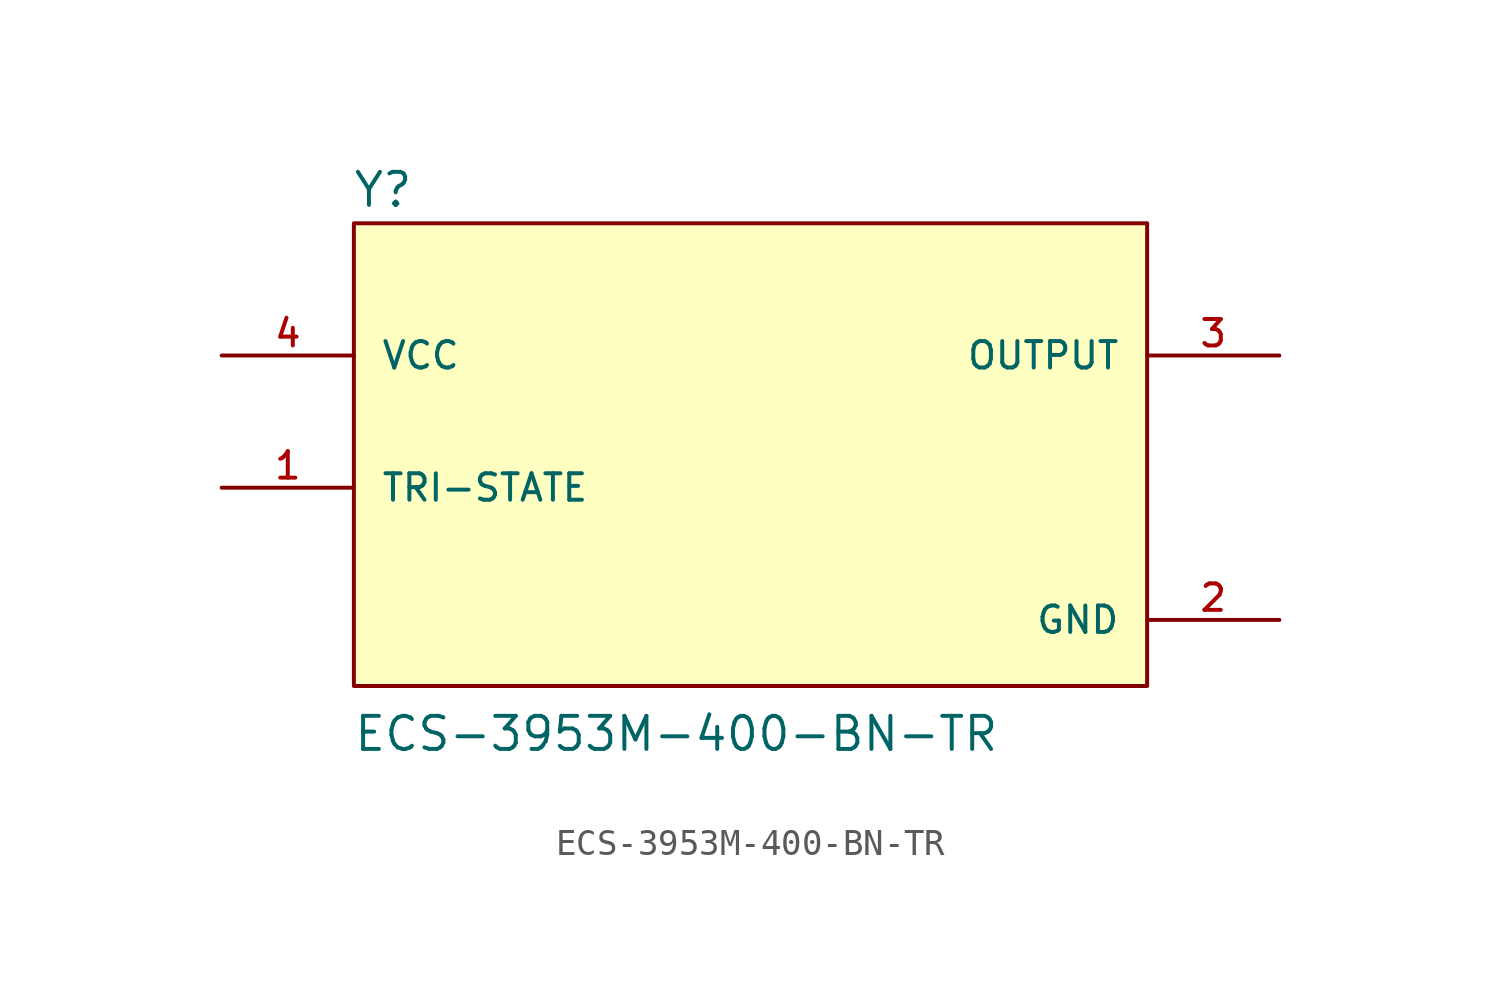
<source format=kicad_sym>
(kicad_symbol_lib
  (version 20220914)
  (generator kicad_symbol_editor)
  (symbol "ECS-3953M-400-BN-TR"
    (pin_names
      (offset 1.016))
    (property "Reference" "Y"
      (at -15.306 8.163 0)
      (effects (font (size 1.27 1.27)) (justify left bottom)))
    (property "Value" "ECS-3953M-400-BN-TR"
      (at -15.288 -12.74 0)
      (effects (font (size 1.27 1.27)) (justify left bottom)))
    (symbol "ECS-3953M-400-BN-TR_0_0"
      (rectangle (start -15.24 -10.16) (end 15.24 7.62) (stroke (width 0.152) (type default)) (fill (type background)))
      (pin input line (at -20.32 -2.54 0) (length 5.08) (name "TRI-STATE" (effects (font (size 1.016 1.016)))) (number "1" (effects (font (size 1.016 1.016)))))
      (pin power_in line (at 20.32 -7.62 180) (length 5.08) (name "GND" (effects (font (size 1.016 1.016)))) (number "2" (effects (font (size 1.016 1.016)))))
      (pin output line (at 20.32 2.54 180) (length 5.08) (name "OUTPUT" (effects (font (size 1.016 1.016)))) (number "3" (effects (font (size 1.016 1.016)))))
      (pin input line (at -20.32 2.54 0) (length 5.08) (name "VCC" (effects (font (size 1.016 1.016)))) (number "4" (effects (font (size 1.016 1.016))))))))
</source>
